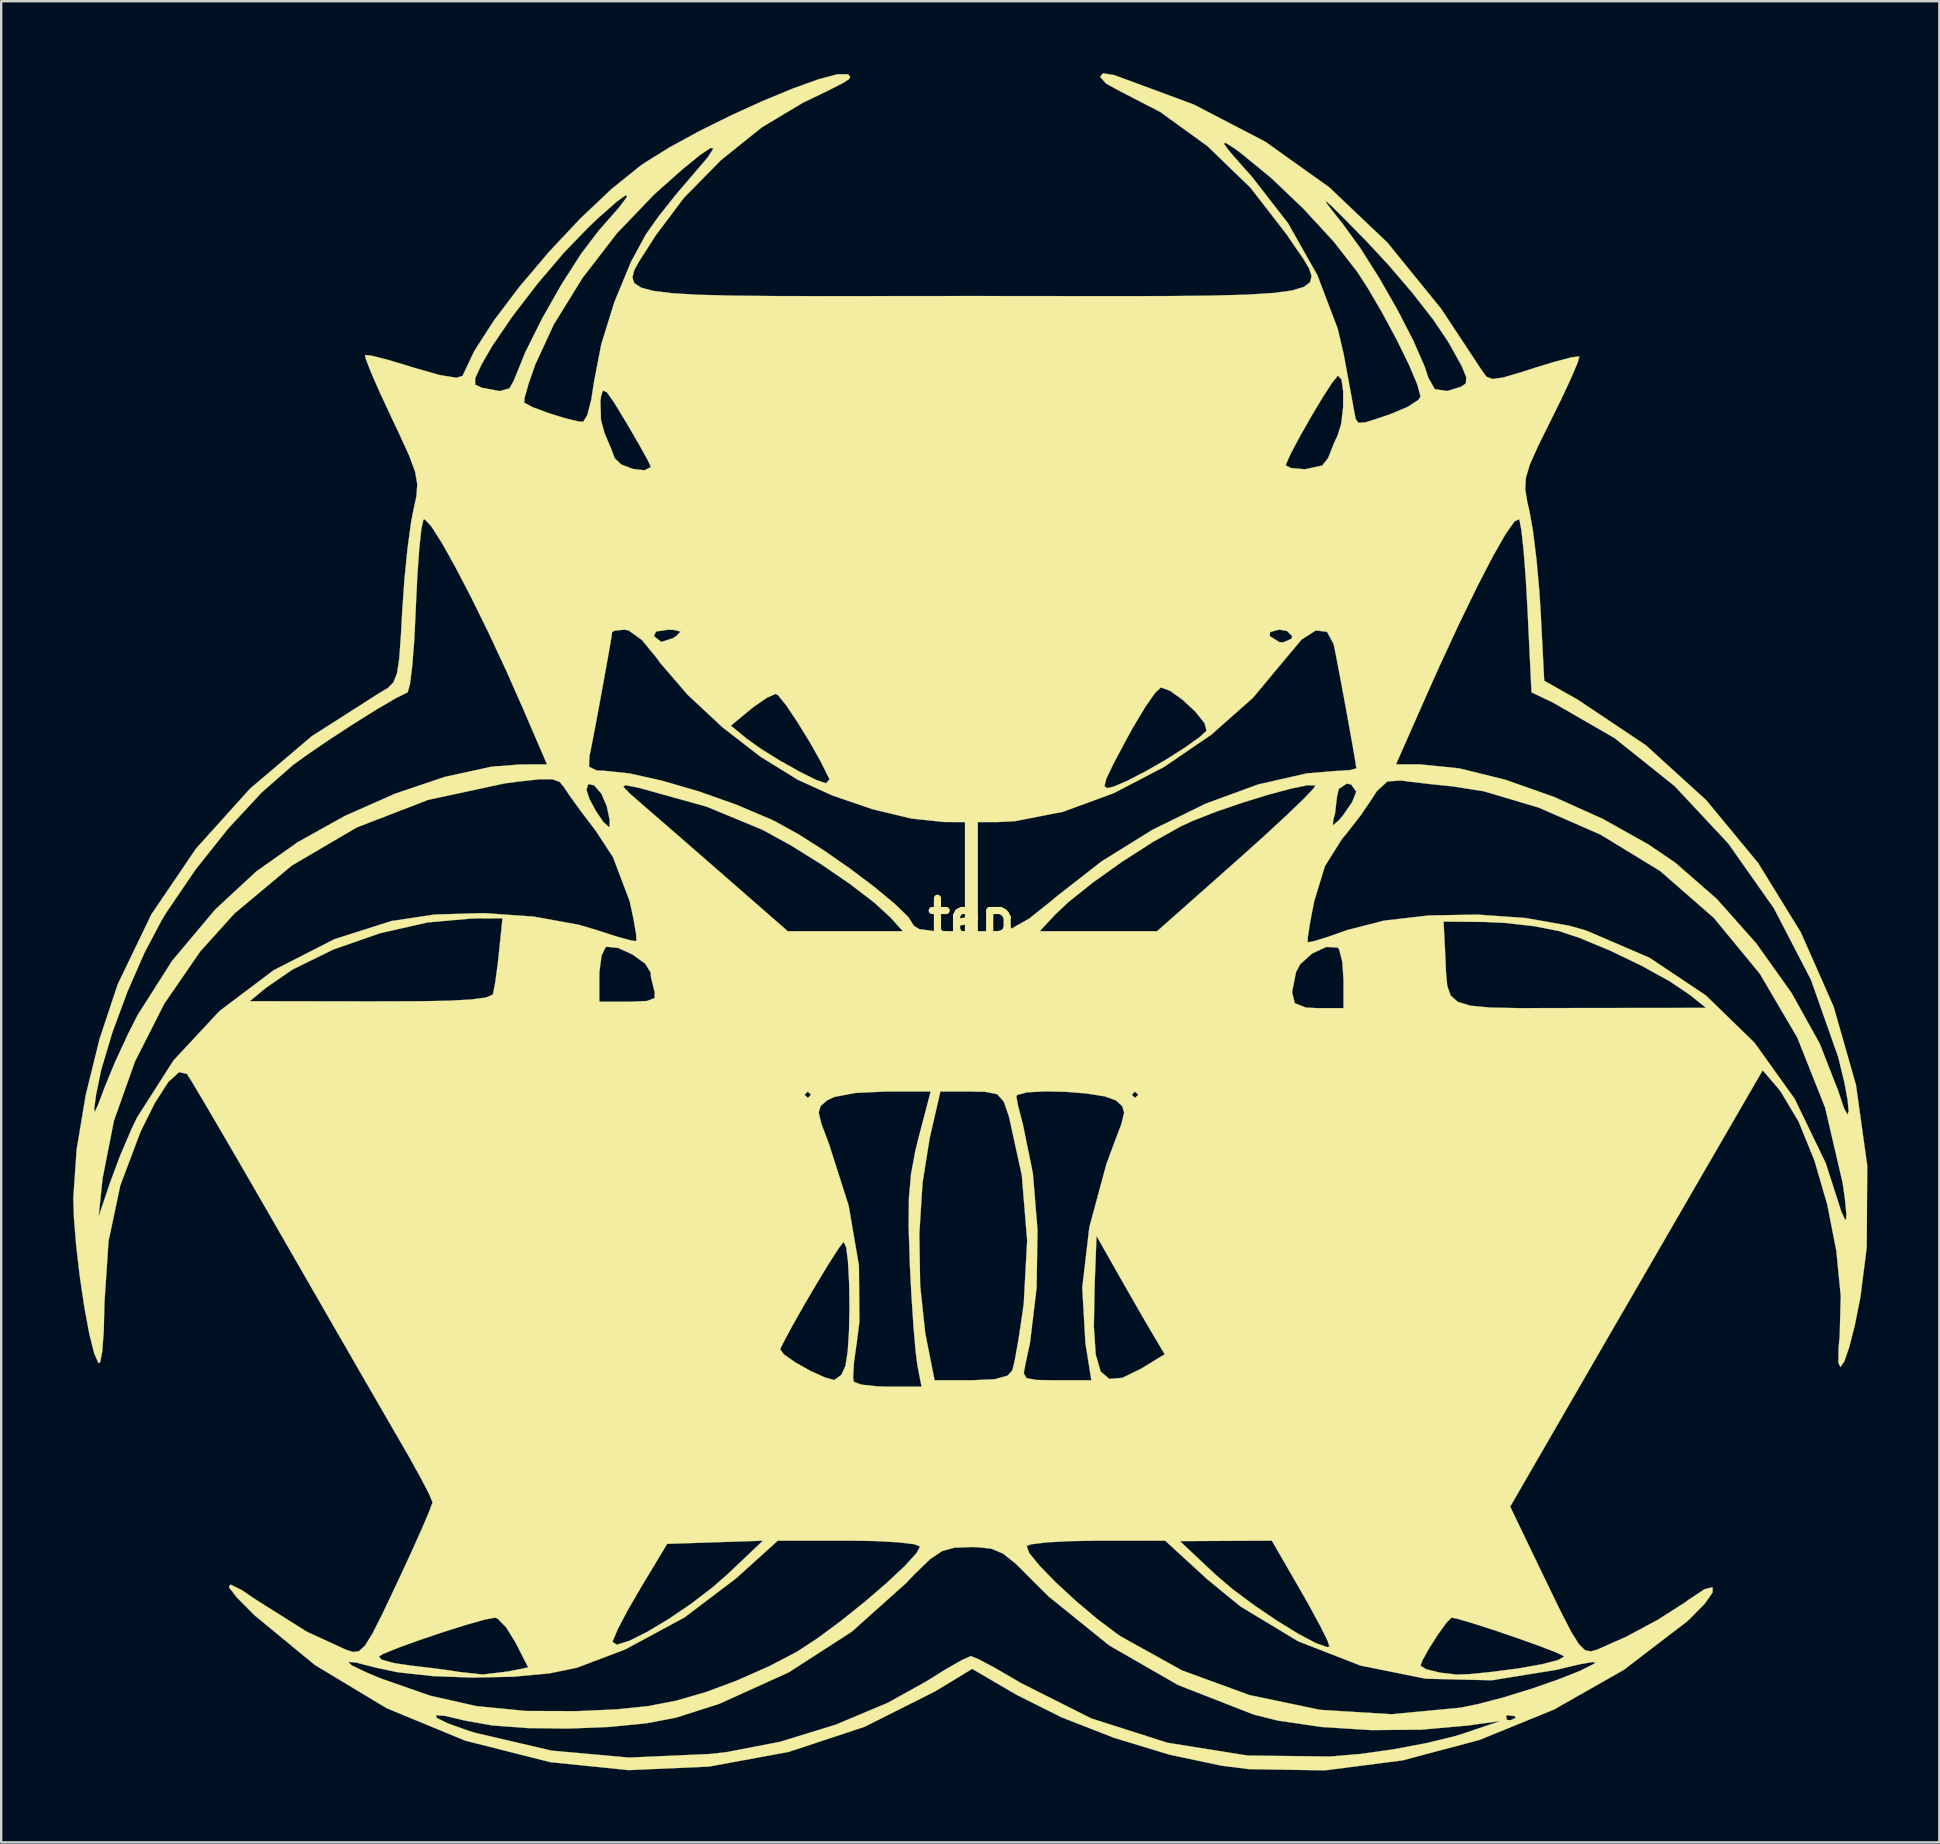
<source format=kicad_pcb>
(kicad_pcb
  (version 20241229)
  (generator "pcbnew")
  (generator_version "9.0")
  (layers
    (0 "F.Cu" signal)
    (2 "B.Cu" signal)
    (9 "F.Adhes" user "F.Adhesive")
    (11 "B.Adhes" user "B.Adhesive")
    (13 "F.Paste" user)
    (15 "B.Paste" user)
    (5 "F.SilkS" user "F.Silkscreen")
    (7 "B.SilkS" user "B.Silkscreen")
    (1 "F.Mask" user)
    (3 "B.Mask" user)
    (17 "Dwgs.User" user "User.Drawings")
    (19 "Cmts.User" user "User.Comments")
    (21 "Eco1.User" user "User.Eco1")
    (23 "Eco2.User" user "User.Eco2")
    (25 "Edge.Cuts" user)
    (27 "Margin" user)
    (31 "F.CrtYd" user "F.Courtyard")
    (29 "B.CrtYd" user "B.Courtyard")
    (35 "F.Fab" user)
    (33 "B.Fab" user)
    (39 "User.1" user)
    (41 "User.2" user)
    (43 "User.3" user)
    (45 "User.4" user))
  (footprint "tep"
    (layer "F.Cu")
    (at 37.433 35.221)
    (property "Reference" "tep" (at 0 0 0) (layer "F.SilkS") (effects (font (size 1.524 1.524) (thickness 0.3))))
    (attr through_hole)
    (fp_poly (pts (xy 5.949 -35.143) (xy 9.273 -33.913) (xy 12.243 -32.369) (xy 14.914 -30.464) (xy 17.34 -28.157) (xy 19.576 -25.402) (xy 21.285 -22.814) (xy 21.467 -22.57) (xy 21.716 -22.476) (xy 22.158 -22.538) (xy 22.922 -22.762) (xy 23.409 -22.92) (xy 24.315 -23.197) (xy 24.999 -23.376) (xy 25.327 -23.42) (xy 25.335 -23.415) (xy 25.263 -23.152) (xy 24.993 -22.516) (xy 24.57 -21.612) (xy 24.181 -20.824) (xy 23.624 -19.701) (xy 23.276 -18.924) (xy 23.106 -18.36) (xy 23.08 -17.877) (xy 23.168 -17.343) (xy 23.252 -16.986) (xy 23.404 -16.134) (xy 23.551 -14.938) (xy 23.672 -13.584) (xy 23.723 -12.771) (xy 23.871 -9.901) (xy 25.26 -9.117) (xy 28.108 -7.212) (xy 30.625 -4.922) (xy 32.786 -2.305) (xy 34.564 0.583) (xy 35.933 3.685) (xy 36.864 6.946) (xy 37.333 10.308) (xy 37.311 13.716) (xy 37.05 15.772) (xy 36.814 16.963) (xy 36.581 17.877) (xy 36.374 18.471) (xy 36.216 18.7) (xy 36.13 18.52) (xy 36.14 17.886) (xy 36.184 17.425) (xy 36.229 15.739) (xy 36.045 13.861) (xy 35.667 11.929) (xy 35.13 10.084) (xy 34.47 8.465) (xy 33.721 7.212) (xy 33.563 7.016) (xy 32.975 6.333) (xy 29.892 11.655) (xy 28.835 13.482) (xy 27.706 15.432) (xy 26.587 17.364) (xy 25.563 19.136) (xy 24.714 20.603) (xy 24.631 20.747) (xy 22.452 24.517) (xy 23.943 27.619) (xy 24.56 28.888) (xy 25.002 29.745) (xy 25.324 30.26) (xy 25.579 30.505) (xy 25.819 30.55) (xy 26.077 30.477) (xy 27.299 29.934) (xy 28.601 29.235) (xy 29.715 28.525) (xy 29.886 28.399) (xy 30.554 27.958) (xy 30.887 27.875) (xy 30.889 28.093) (xy 30.564 28.559) (xy 29.917 29.216) (xy 29.812 29.311) (xy 27.185 31.321) (xy 24.278 32.972) (xy 21.176 34.238) (xy 17.965 35.092) (xy 14.733 35.507) (xy 11.566 35.456) (xy 10.43 35.314) (xy 8.251 34.852) (xy 5.958 34.156) (xy 3.766 33.301) (xy 1.889 32.362) (xy 1.861 32.346) (xy 0.033 31.278) (xy -1.521 32.219) (xy -4.45 33.691) (xy -7.624 34.741) (xy -10.938 35.35) (xy -14.283 35.498) (xy -17.554 35.165) (xy -17.555 35.164) (xy -21.098 34.268) (xy -23.661 33.21) (xy -22.326 33.21) (xy -22.275 33.327) (xy -21.81 33.554) (xy -20.958 33.857) (xy -20.682 33.943) (xy -17.496 34.685) (xy -14.267 34.975) (xy -10.871 34.824) (xy -10.206 34.748) (xy -7.973 34.317) (xy -5.661 33.606) (xy -3.481 32.691) (xy -1.868 31.793) (xy -1.042 31.279) (xy -0.386 30.906) (xy -0.03 30.748) (xy -0.018 30.747) (xy 0.305 30.878) (xy 0.955 31.224) (xy 1.809 31.718) (xy 2.043 31.859) (xy 4.993 33.342) (xy 8.165 34.356) (xy 11.505 34.89) (xy 14.958 34.931) (xy 16.24 34.821) (xy 17.598 34.629) (xy 18.968 34.371) (xy 20.122 34.09) (xy 20.454 33.988) (xy 22.058 33.448) (xy 20.721 33.635) (xy 18.756 33.811) (xy 16.658 33.83) (xy 14.604 33.701) (xy 12.774 33.434) (xy 12.007 33.243) (xy 22.281 33.243) (xy 22.317 33.402) (xy 22.459 33.421) (xy 22.679 33.323) (xy 22.637 33.243) (xy 22.32 33.211) (xy 22.281 33.243) (xy 12.007 33.243) (xy 11.771 33.184) (xy 8.61 31.95) (xy 5.745 30.301) (xy 3.223 28.266) (xy 2.631 27.678) (xy 1.877 26.922) (xy 1.329 26.481) (xy 0.836 26.27) (xy 0.245 26.205) (xy -0.05 26.202) (xy -0.716 26.23) (xy -1.224 26.369) (xy -1.72 26.704) (xy -2.356 27.318) (xy -2.725 27.706) (xy -4.986 29.729) (xy -7.614 31.424) (xy -10.515 32.738) (xy -12.314 33.311) (xy -13.547 33.546) (xy -15.098 33.698) (xy -16.798 33.766) (xy -18.477 33.746) (xy -19.966 33.636) (xy -21.082 33.438) (xy -21.937 33.236) (xy -22.326 33.21) (xy -23.661 33.21) (xy -24.371 32.916) (xy -27.36 31.117) (xy -27.516 30.988) (xy -25.974 30.988) (xy -25.826 31.132) (xy -25.202 31.432) (xy -24.598 31.682) (xy -22.569 32.392) (xy -20.629 32.83) (xy -18.573 33.032) (xy -16.443 33.04) (xy -14.781 32.965) (xy -13.466 32.829) (xy -12.31 32.605) (xy -11.126 32.265) (xy -11.096 32.256) (xy -9.8 31.775) (xy -8.433 31.171) (xy -7.284 30.572) (xy -7.253 30.554) (xy -6.41 30.001) (xy -5.448 29.289) (xy -4.46 28.497) (xy -3.541 27.707) (xy -2.785 26.999) (xy -2.288 26.454) (xy -2.139 26.178) (xy -2.195 26.157) (xy 2.301 26.157) (xy 2.408 26.45) (xy 2.845 26.987) (xy 3.522 27.68) (xy 4.348 28.443) (xy 5.232 29.189) (xy 6.085 29.831) (xy 6.225 29.927) (xy 8.778 31.343) (xy 11.584 32.369) (xy 14.528 32.985) (xy 17.498 33.168) (xy 20.378 32.897) (xy 21.122 32.744) (xy 22.192 32.463) (xy 23.352 32.104) (xy 24.458 31.719) (xy 25.368 31.358) (xy 25.938 31.072) (xy 26.008 31.02) (xy 25.878 30.993) (xy 25.344 31.088) (xy 24.517 31.285) (xy 24.404 31.314) (xy 21.687 31.753) (xy 18.933 31.689) (xy 16.234 31.144) (xy 18.716 31.144) (xy 18.949 31.292) (xy 19.517 31.433) (xy 20.22 31.517) (xy 20.242 31.518) (xy 20.788 31.495) (xy 21.681 31.405) (xy 22.738 31.266) (xy 22.867 31.247) (xy 23.795 31.082) (xy 24.44 30.914) (xy 24.694 30.773) (xy 24.683 30.745) (xy 24.359 30.589) (xy 23.672 30.324) (xy 22.771 30.001) (xy 21.804 29.671) (xy 20.919 29.385) (xy 20.265 29.194) (xy 20.011 29.143) (xy 19.802 29.346) (xy 19.451 29.833) (xy 19.075 30.421) (xy 18.794 30.927) (xy 18.716 31.144) (xy 16.234 31.144) (xy 16.218 31.141) (xy 13.617 30.129) (xy 11.207 28.673) (xy 9.834 27.549) (xy 8.094 25.954) (xy 8.689 25.954) (xy 10.17 27.348) (xy 10.894 27.964) (xy 11.782 28.626) (xy 12.727 29.266) (xy 13.621 29.815) (xy 14.357 30.206) (xy 14.826 30.371) (xy 14.923 30.352) (xy 14.838 30.097) (xy 14.536 29.488) (xy 14.07 28.631) (xy 13.767 28.097) (xy 12.52 25.935) (xy 10.604 25.944) (xy 8.689 25.954) (xy 8.094 25.954) (xy 8.073 25.935) (xy 5.255 25.935) (xy 4.083 25.955) (xy 3.121 26.008) (xy 2.489 26.087) (xy 2.301 26.157) (xy -2.195 26.157) (xy -2.388 26.081) (xy -3.065 26.002) (xy -4.061 25.95) (xy -5.104 25.935) (xy -8.068 25.935) (xy -9.817 27.513) (xy -11.959 29.135) (xy -14.422 30.465) (xy -16.438 31.23) (xy -17.594 31.467) (xy -19.098 31.605) (xy -20.771 31.642) (xy -22.437 31.58) (xy -23.918 31.418) (xy -24.818 31.227) (xy -25.641 31.015) (xy -25.974 30.988) (xy -27.516 30.988) (xy -27.796 30.758) (xy -24.695 30.758) (xy -24.582 30.894) (xy -24.054 31.038) (xy -23.358 31.142) (xy -22.438 31.25) (xy -21.7 31.349) (xy -21.389 31.401) (xy -20.368 31.514) (xy -19.294 31.384) (xy -18.47 31.219) (xy -18.999 30.181) (xy -19.011 30.161) (xy -14.953 30.161) (xy -14.771 30.271) (xy -14.259 30.11) (xy -13.509 29.735) (xy -12.616 29.2) (xy -11.674 28.561) (xy -10.776 27.873) (xy -10.169 27.34) (xy -8.689 25.937) (xy -10.684 26.003) (xy -12.679 26.068) (xy -13.806 27.94) (xy -14.335 28.854) (xy -14.736 29.618) (xy -14.94 30.098) (xy -14.953 30.161) (xy -19.011 30.161) (xy -19.392 29.546) (xy -19.752 29.179) (xy -19.857 29.143) (xy -20.288 29.227) (xy -21.056 29.444) (xy -22.011 29.744) (xy -23.003 30.079) (xy -23.883 30.397) (xy -24.501 30.649) (xy -24.695 30.758) (xy -27.796 30.758) (xy -29.878 29.042) (xy -30.615 28.3) (xy -30.947 27.869) (xy -30.88 27.762) (xy -30.415 27.993) (xy -29.745 28.442) (xy -27.689 29.733) (xy -26.054 30.485) (xy -25.764 30.574) (xy -25.522 30.54) (xy -25.275 30.312) (xy -24.967 29.817) (xy -24.546 28.985) (xy -23.958 27.744) (xy -23.914 27.651) (xy -23.365 26.467) (xy -22.911 25.456) (xy -22.595 24.717) (xy -22.461 24.35) (xy -22.459 24.334) (xy -22.586 24.021) (xy -22.927 23.361) (xy -23.422 22.466) (xy -23.758 21.883) (xy -24.247 21.039) (xy -24.951 19.821) (xy -25.818 18.319) (xy -26.025 17.959) (xy -7.971 17.959) (xy -7.811 18.177) (xy -7.33 18.511) (xy -6.701 18.864) (xy -6.094 19.138) (xy -5.713 19.239) (xy -5.417 19.024) (xy -5.249 18.649) (xy -5.156 18.055) (xy -5.101 17.195) (xy -5.082 16.2) (xy -5.096 15.201) (xy -5.142 14.329) (xy -5.217 13.714) (xy -5.319 13.488) (xy -5.332 13.493) (xy -5.54 13.762) (xy -5.932 14.371) (xy -6.432 15.195) (xy -6.966 16.105) (xy -7.459 16.975) (xy -7.835 17.677) (xy -7.971 17.959) (xy -26.025 17.959) (xy -26.796 16.622) (xy -27.833 14.82) (xy -28.745 13.235) (xy -29.72 11.542) (xy -30.617 9.993) (xy -31.399 8.651) (xy -31.73 8.086) (xy -6.365 8.086) (xy -6.259 8.545) (xy -5.959 9.343) (xy -5.941 9.388) (xy -5.116 11.969) (xy -4.687 14.478) (xy -4.668 16.812) (xy -4.774 17.646) (xy -4.892 18.49) (xy -4.931 19.11) (xy -4.903 19.317) (xy -4.588 19.432) (xy -3.917 19.505) (xy -3.43 19.518) (xy -2.078 19.518) (xy -2.247 18.649) (xy -2.325 18.046) (xy -2.411 17.047) (xy -2.495 15.793) (xy -2.565 14.438) (xy -2.607 13.15) (xy -2.171 13.15) (xy -2.136 15.302) (xy -1.93 17.238) (xy -1.867 17.579) (xy -1.535 19.251) (xy 0.006 19.251) (xy 0.97 19.207) (xy 1.508 19.059) (xy 1.706 18.835) (xy 1.812 18.393) (xy 1.958 17.569) (xy 2.118 16.511) (xy 2.181 16.052) (xy 2.323 13.425) (xy 2.099 10.702) (xy 1.565 8.262) (xy 1.347 7.633) (xy 1.157 7.421) (xy 1.872 7.421) (xy 1.94 7.792) (xy 2.106 8.44) (xy 2.14 8.558) (xy 2.562 10.633) (xy 2.755 12.985) (xy 2.716 15.403) (xy 2.443 17.68) (xy 2.252 18.57) (xy 2.181 18.96) (xy 2.301 19.162) (xy 2.727 19.239) (xy 3.54 19.251) (xy 4.999 19.251) (xy 4.752 17.713) (xy 4.712 17.017) (xy 5.103 17.017) (xy 5.179 18.173) (xy 5.386 18.886) (xy 5.75 19.196) (xy 6.295 19.147) (xy 7.049 18.78) (xy 7.17 18.708) (xy 8.056 18.167) (xy 7.543 17.305) (xy 7.137 16.612) (xy 6.597 15.673) (xy 6.122 14.839) (xy 5.214 13.235) (xy 5.132 15.374) (xy 5.103 17.017) (xy 4.712 17.017) (xy 4.619 15.393) (xy 4.914 12.87) (xy 5.625 10.243) (xy 5.941 9.388) (xy 6.25 8.572) (xy 6.364 8.101) (xy 6.287 7.825) (xy 6.026 7.594) (xy 6.011 7.583) (xy 5.563 7.421) (xy 5.136 7.353) (xy 6.684 7.353) (xy 6.818 7.486) (xy 6.952 7.353) (xy 6.818 7.219) (xy 6.684 7.353) (xy 5.136 7.353) (xy 4.816 7.301) (xy 3.924 7.229) (xy 3.041 7.211) (xy 2.319 7.252) (xy 1.912 7.359) (xy 1.872 7.421) (xy 1.157 7.421) (xy 1.073 7.327) (xy 0.565 7.228) (xy -0.021 7.219) (xy -1.294 7.219) (xy -1.739 9.157) (xy -2.037 11.022) (xy -2.171 13.15) (xy -2.607 13.15) (xy -2.617 12.86) (xy -2.604 11.653) (xy -2.517 10.659) (xy -2.343 9.717) (xy -2.206 9.157) (xy -1.699 7.219) (xy -3.606 7.219) (xy -4.832 7.277) (xy -5.703 7.441) (xy -6.011 7.583) (xy -6.28 7.815) (xy -6.365 8.086) (xy -31.73 8.086) (xy -32.028 7.578) (xy -32.163 7.353) (xy -6.952 7.353) (xy -6.818 7.486) (xy -6.684 7.353) (xy -6.818 7.219) (xy -6.952 7.353) (xy -32.163 7.353) (xy -32.469 6.838) (xy -32.684 6.494) (xy -32.69 6.486) (xy -33.017 6.409) (xy -33.471 6.821) (xy -34.032 7.697) (xy -34.62 8.876) (xy -35.469 11.129) (xy -35.96 13.452) (xy -36.132 16.034) (xy -36.133 16.136) (xy -36.16 17.221) (xy -36.222 18.041) (xy -36.308 18.494) (xy -36.376 18.542) (xy -36.558 18.131) (xy -36.762 17.311) (xy -36.967 16.209) (xy -37.155 14.948) (xy -37.307 13.655) (xy -37.404 12.454) (xy -37.404 12.433) (xy -36.374 12.433) (xy -35.878 10.962) (xy -35.469 9.87) (xy -34.991 8.757) (xy -34.764 8.288) (xy -33.252 5.921) (xy -31.336 3.863) (xy -30.799 3.458) (xy -30.079 3.458) (xy -25.057 3.467) (xy -23.184 3.461) (xy -21.791 3.433) (xy -20.826 3.381) (xy -20.234 3.3) (xy -19.962 3.187) (xy -19.933 3.142) (xy -19.849 2.698) (xy -19.811 2.422) (xy -15.507 2.422) (xy -15.507 3.476) (xy -14.276 3.476) (xy -13.526 3.445) (xy -13.203 3.323) (xy -13.2 3.077) (xy 13.362 3.077) (xy 13.476 3.535) (xy 13.938 3.719) (xy 14.438 3.743) (xy 15.507 3.743) (xy 15.507 2.556) (xy 15.456 1.803) (xy 15.327 1.302) (xy 15.26 1.216) (xy 14.787 1.193) (xy 14.197 1.467) (xy 13.701 1.913) (xy 13.528 2.238) (xy 13.362 3.077) (xy -13.2 3.077) (xy -13.2 3.069) (xy -13.206 3.053) (xy -13.353 2.456) (xy -13.368 2.258) (xy -13.591 1.893) (xy -14.113 1.512) (xy -14.719 1.235) (xy -15.193 1.184) (xy -15.248 1.208) (xy -15.414 1.555) (xy -15.503 2.218) (xy -15.507 2.422) (xy -19.811 2.422) (xy -19.745 1.93) (xy -19.687 1.404) (xy -19.646 1.001) (xy 14.013 1.001) (xy 14.279 0.952) (xy 14.903 0.757) (xy 15.664 0.488) (xy 17.046 0.134) (xy 19.677 0.134) (xy 19.745 1.471) (xy 19.777 2.235) (xy 19.829 2.807) (xy 19.97 3.213) (xy 20.269 3.482) (xy 20.795 3.641) (xy 21.617 3.718) (xy 22.803 3.742) (xy 24.422 3.739) (xy 25.351 3.737) (xy 30.614 3.731) (xy 29.945 3.192) (xy 29.094 2.619) (xy 27.919 1.971) (xy 26.607 1.339) (xy 25.343 0.814) (xy 24.483 0.529) (xy 23.468 0.329) (xy 22.241 0.191) (xy 21.421 0.152) (xy 19.677 0.134) (xy 17.046 0.134) (xy 17.198 0.095) (xy 19.064 -0.12) (xy 21.087 -0.156) (xy 23.096 -0.013) (xy 24.917 0.308) (xy 25.621 0.508) (xy 28.263 1.645) (xy 30.611 3.215) (xy 32.636 5.185) (xy 34.309 7.523) (xy 35.601 10.197) (xy 36.257 12.232) (xy 36.403 12.542) (xy 36.447 12.566) (xy 36.464 12.327) (xy 36.404 11.707) (xy 36.309 11.029) (xy 35.577 7.886) (xy 34.416 4.964) (xy 32.86 2.314) (xy 30.943 -0.016) (xy 28.7 -1.975) (xy 26.215 -3.491) (xy 23.648 -4.613) (xy 21.359 -5.294) (xy 20.066 -5.498) (xy 19.095 -5.598) (xy 18.242 -5.698) (xy 17.895 -5.745) (xy 17.334 -5.704) (xy 16.895 -5.299) (xy 16.729 -5.04) (xy 16.236 -4.308) (xy 15.606 -3.5) (xy 15.443 -3.31) (xy 14.733 -2.176) (xy 14.289 -0.73) (xy 14.12 0.138) (xy 14.022 0.764) (xy 14.013 1.001) (xy -19.646 1.001) (xy -19.543 0) (xy -20.8 0.005) (xy -22.663 0.171) (xy -24.648 0.621) (xy -26.583 1.295) (xy -28.298 2.136) (xy -29.411 2.903) (xy -30.079 3.458) (xy -30.799 3.458) (xy -29.079 2.162) (xy -26.545 0.868) (xy -24.17 0.112) (xy -22.361 -0.159) (xy -20.317 -0.218) (xy -18.251 -0.074) (xy -16.377 0.264) (xy -15.644 0.48) (xy -14.804 0.752) (xy -14.195 0.92) (xy -13.96 0.948) (xy -13.972 0.666) (xy -14.085 0.015) (xy -14.243 -0.717) (xy -14.936 -2.549) (xy -15.66 -3.655) (xy -16.256 -4.44) (xy -16.743 -5.112) (xy -16.908 -5.36) (xy -16.042 -5.36) (xy -15.925 -4.986) (xy -15.652 -4.477) (xy -15.342 -4.02) (xy -15.112 -3.807) (xy -15.079 -3.815) (xy -15.077 -4.106) (xy -15.197 -4.675) (xy -15.428 -5.207) (xy -15.672 -5.485) (xy -14.508 -5.485) (xy -14.242 -5.206) (xy -13.728 -4.756) (xy -13.119 -4.229) (xy -12.23 -3.456) (xy -11.184 -2.546) (xy -10.182 -1.671) (xy -7.655 0.535) (xy -2.858 0.535) (xy -3.368 -0.032) (xy -4.05 -0.659) (xy -5.067 -1.436) (xy -6.277 -2.265) (xy -7.539 -3.05) (xy -8.703 -3.689) (xy -11.037 -4.655) (xy -13.814 -5.428) (xy -13.991 -5.468) (xy -14.415 -5.549) (xy -14.508 -5.485) (xy -15.672 -5.485) (xy -15.725 -5.545) (xy -15.967 -5.594) (xy -16.042 -5.36) (xy -16.908 -5.36) (xy -16.979 -5.467) (xy -17.161 -5.687) (xy -17.46 -5.794) (xy -17.995 -5.796) (xy -18.885 -5.699) (xy -19.444 -5.625) (xy -22.647 -4.935) (xy -25.621 -3.786) (xy -28.324 -2.199) (xy -30.717 -0.198) (xy -32.143 1.385) (xy -33.636 3.556) (xy -34.856 5.961) (xy -35.737 8.442) (xy -36.209 10.842) (xy -36.213 10.88) (xy -36.374 12.433) (xy -37.404 12.433) (xy -37.428 11.662) (xy -37.291 9.647) (xy -37.005 7.928) (xy -36.556 7.928) (xy -36.542 8.085) (xy -36.406 7.795) (xy -36.118 7.032) (xy -36.114 7.022) (xy -35.69 5.993) (xy -35.142 4.81) (xy -34.75 4.035) (xy -33.311 1.771) (xy -31.517 -0.364) (xy -29.805 -1.952) (xy -28.086 -3.167) (xy -26.114 -4.266) (xy -24.024 -5.193) (xy -21.95 -5.894) (xy -20.026 -6.314) (xy -19.955 -6.32) (xy -15.936 -6.32) (xy -15.627 -6.164) (xy -15.288 -6.149) (xy -14.251 -6.039) (xy -12.889 -5.736) (xy -11.354 -5.288) (xy -9.801 -4.739) (xy -8.382 -4.136) (xy -8.155 -4.027) (xy -7.215 -3.508) (xy -6.157 -2.836) (xy -5.075 -2.084) (xy -4.063 -1.323) (xy -3.218 -0.624) (xy -2.634 -0.06) (xy -2.407 0.298) (xy -2.406 0.307) (xy -2.169 0.45) (xy -1.576 0.529) (xy -1.337 0.535) (xy -0.267 0.535) (xy -0.267 -4.011) (xy 0.267 -4.011) (xy 0.267 0.535) (xy 1.087 0.535) (xy 2.848 0.535) (xy 7.74 0.535) (xy 11.099 -2.441) (xy 12.201 -3.43) (xy 12.68 -3.873) (xy 15.062 -3.873) (xy 15.304 -4.076) (xy 15.477 -4.278) (xy 15.866 -4.842) (xy 16.036 -5.274) (xy 16.036 -5.281) (xy 15.827 -5.576) (xy 15.641 -5.615) (xy 15.312 -5.393) (xy 15.24 -5.102) (xy 15.155 -4.385) (xy 15.081 -4.099) (xy 15.062 -3.873) (xy 12.68 -3.873) (xy 13.136 -4.294) (xy 13.843 -4.974) (xy 14.256 -5.408) (xy 14.337 -5.538) (xy 14.01 -5.547) (xy 13.309 -5.404) (xy 12.358 -5.148) (xy 11.282 -4.816) (xy 10.208 -4.447) (xy 9.26 -4.078) (xy 8.74 -3.841) (xy 7.576 -3.191) (xy 6.3 -2.373) (xy 5.07 -1.499) (xy 4.041 -0.678) (xy 3.496 -0.163) (xy 2.848 0.535) (xy 1.087 0.535) (xy 1.689 0.415) (xy 2.402 0.015) (xy 3.334 -0.727) (xy 3.497 -0.869) (xy 5.417 -2.369) (xy 7.541 -3.688) (xy 9.752 -4.774) (xy 11.936 -5.576) (xy 13.98 -6.042) (xy 15.173 -6.14) (xy 15.765 -6.175) (xy 16.04 -6.246) (xy 16.042 -6.254) (xy 16.018 -6.417) (xy 17.693 -6.417) (xy 18.697 -6.417) (xy 20.336 -6.249) (xy 22.242 -5.779) (xy 24.28 -5.06) (xy 26.316 -4.142) (xy 28.215 -3.079) (xy 29.328 -2.322) (xy 31.061 -0.811) (xy 32.71 1.046) (xy 34.175 3.104) (xy 35.353 5.222) (xy 36.123 7.191) (xy 36.364 7.916) (xy 36.509 8.178) (xy 36.559 8.041) (xy 36.515 7.568) (xy 36.376 6.822) (xy 36.144 5.866) (xy 36.112 5.748) (xy 34.991 2.568) (xy 33.45 -0.409) (xy 31.54 -3.122) (xy 29.308 -5.51) (xy 26.804 -7.512) (xy 24.244 -8.988) (xy 23.341 -9.419) (xy 23.175 -12.877) (xy 23.1 -14.199) (xy 23.011 -15.337) (xy 22.92 -16.177) (xy 22.836 -16.611) (xy 22.826 -16.632) (xy 22.634 -16.544) (xy 22.26 -16.013) (xy 21.732 -15.087) (xy 21.074 -13.817) (xy 20.313 -12.251) (xy 19.474 -10.438) (xy 18.962 -9.291) (xy 17.693 -6.417) (xy 16.018 -6.417) (xy 15.997 -6.558) (xy 15.878 -7.246) (xy 15.711 -8.175) (xy 15.523 -9.203) (xy 15.339 -10.188) (xy 15.186 -10.987) (xy 15.096 -11.43) (xy 14.817 -11.942) (xy 14.349 -11.997) (xy 13.752 -11.612) (xy 13.121 -10.857) (xy 11.734 -9.192) (xy 9.998 -7.654) (xy 8.024 -6.307) (xy 5.926 -5.214) (xy 3.814 -4.44) (xy 1.801 -4.047) (xy 1.056 -4.011) (xy 0.267 -4.011) (xy -0.267 -4.011) (xy -1.136 -4.014) (xy -2.5 -4.159) (xy -4.114 -4.545) (xy -5.782 -5.116) (xy -6.654 -5.512) (xy 5.542 -5.512) (xy 5.654 -5.427) (xy 5.923 -5.486) (xy 6.477 -5.722) (xy 7.294 -6.145) (xy 8.082 -6.597) (xy 8.892 -7.111) (xy 9.513 -7.554) (xy 9.798 -7.817) (xy 9.717 -8.131) (xy 9.338 -8.607) (xy 8.806 -9.105) (xy 8.268 -9.489) (xy 7.897 -9.622) (xy 7.657 -9.399) (xy 7.244 -8.807) (xy 6.73 -7.95) (xy 6.458 -7.456) (xy 5.922 -6.447) (xy 5.624 -5.825) (xy 5.542 -5.512) (xy -6.654 -5.512) (xy -7.237 -5.776) (xy -8.796 -6.74) (xy -10.383 -7.969) (xy -10.448 -8.03) (xy -10.026 -8.03) (xy -9.358 -7.482) (xy -8.772 -7.063) (xy -7.988 -6.577) (xy -7.166 -6.115) (xy -6.468 -5.768) (xy -6.06 -5.627) (xy -5.914 -5.784) (xy -5.927 -5.82) (xy -6.271 -6.518) (xy -6.737 -7.344) (xy -7.243 -8.168) (xy -7.705 -8.857) (xy -8.043 -9.282) (xy -8.15 -9.357) (xy -8.516 -9.198) (xy -9.081 -8.808) (xy -9.224 -8.693) (xy -10.026 -8.03) (xy -10.448 -8.03) (xy -11.83 -9.32) (xy -12.973 -10.649) (xy -13.121 -10.857) (xy -13.736 -11.604) (xy -13.959 -11.764) (xy -13.235 -11.764) (xy -12.927 -11.518) (xy -12.452 -11.67) (xy -12.299 -11.764) (xy 12.433 -11.764) (xy 12.819 -11.518) (xy 12.983 -11.497) (xy 13.329 -11.646) (xy 13.368 -11.764) (xy 13.144 -11.979) (xy 12.818 -12.032) (xy 12.448 -11.929) (xy 12.433 -11.764) (xy -12.299 -11.764) (xy -12.121 -11.949) (xy -12.404 -12.021) (xy -12.649 -12.027) (xy -13.145 -11.952) (xy -13.235 -11.764) (xy -13.959 -11.764) (xy -14.281 -11.995) (xy -14.451 -12.032) (xy -14.879 -11.987) (xy -14.973 -11.927) (xy -15.018 -11.623) (xy -15.137 -10.935) (xy -15.304 -10.006) (xy -15.492 -8.978) (xy -15.676 -7.993) (xy -15.829 -7.194) (xy -15.919 -6.751) (xy -15.936 -6.32) (xy -19.955 -6.32) (xy -18.803 -6.413) (xy -17.687 -6.417) (xy -18.694 -8.756) (xy -19.41 -10.374) (xy -20.142 -11.94) (xy -20.854 -13.388) (xy -21.51 -14.648) (xy -22.073 -15.653) (xy -22.508 -16.335) (xy -22.779 -16.626) (xy -22.838 -16.613) (xy -22.922 -16.236) (xy -23.008 -15.438) (xy -23.088 -14.332) (xy -23.151 -13.031) (xy -23.156 -12.893) (xy -23.218 -11.606) (xy -23.302 -10.53) (xy -23.397 -9.767) (xy -23.492 -9.422) (xy -23.505 -9.413) (xy -23.983 -9.177) (xy -24.771 -8.716) (xy -25.74 -8.112) (xy -26.761 -7.446) (xy -27.705 -6.801) (xy -28.278 -6.386) (xy -29.578 -5.245) (xy -30.968 -3.749) (xy -32.331 -2.037) (xy -33.55 -0.245) (xy -33.743 0.072) (xy -34.467 1.444) (xy -35.175 3.063) (xy -35.797 4.746) (xy -36.264 6.307) (xy -36.48 7.353) (xy -36.556 7.928) (xy -37.005 7.928) (xy -36.912 7.369) (xy -36.331 5.017) (xy -35.589 2.783) (xy -35.566 2.725) (xy -34.173 -0.169) (xy -32.317 -2.902) (xy -30.066 -5.402) (xy -27.485 -7.594) (xy -24.672 -9.39) (xy -24.322 -9.597) (xy -24.087 -9.834) (xy -23.938 -10.211) (xy -23.844 -10.833) (xy -23.774 -11.809) (xy -23.725 -12.732) (xy -23.631 -14.093) (xy -23.501 -15.409) (xy -23.353 -16.495) (xy -23.261 -16.978) (xy -23.129 -17.594) (xy -23.094 -18.095) (xy -23.184 -18.614) (xy -23.432 -19.284) (xy -23.867 -20.238) (xy -24.158 -20.848) (xy -24.457 -21.49) (xy -18.638 -21.49) (xy -18.283 -21.302) (xy -17.639 -21.061) (xy -16.924 -20.839) (xy -16.356 -20.705) (xy -16.176 -20.696) (xy -16.006 -20.977) (xy -15.861 -21.547) (xy -15.462 -21.547) (xy -15.438 -20.77) (xy -15.286 -20.21) (xy -15.001 -19.542) (xy -14.872 -19.184) (xy -14.599 -18.917) (xy -14.112 -18.729) (xy -13.631 -18.672) (xy -13.374 -18.796) (xy -13.368 -18.835) (xy -13.386 -18.873) (xy 13.101 -18.873) (xy 13.334 -18.763) (xy 13.896 -18.716) (xy 13.912 -18.716) (xy 14.621 -18.87) (xy 14.867 -19.184) (xy 15.124 -19.838) (xy 15.26 -20.116) (xy 15.412 -20.614) (xy 15.49 -21.285) (xy 15.494 -21.956) (xy 15.423 -22.457) (xy 15.278 -22.614) (xy 15.262 -22.606) (xy 15.032 -22.321) (xy 14.638 -21.711) (xy 14.166 -20.922) (xy 13.698 -20.1) (xy 13.32 -19.391) (xy 13.116 -18.94) (xy 13.101 -18.873) (xy -13.386 -18.873) (xy -13.495 -19.106) (xy -13.83 -19.711) (xy -14.304 -20.526) (xy -14.371 -20.64) (xy -14.884 -21.487) (xy -15.191 -21.922) (xy -15.354 -21.996) (xy -15.435 -21.76) (xy -15.462 -21.547) (xy -15.861 -21.547) (xy -15.838 -21.636) (xy -15.731 -22.347) (xy -15.424 -23.93) (xy -14.879 -25.685) (xy -14.184 -27.364) (xy -13.564 -28.508) (xy -13.035 -29.253) (xy -12.305 -30.175) (xy -11.603 -30.992) (xy -10.992 -31.708) (xy -10.754 -32.076) (xy -10.866 -32.108) (xy -11.305 -31.816) (xy -12.047 -31.211) (xy -13.071 -30.304) (xy -13.216 -30.172) (xy -14.773 -28.55) (xy -16.207 -26.689) (xy -17.399 -24.759) (xy -18.176 -23.081) (xy -18.457 -22.273) (xy -18.622 -21.693) (xy -18.638 -21.49) (xy -24.457 -21.49) (xy -24.647 -21.898) (xy -24.915 -22.508) (xy -20.681 -22.508) (xy -20.68 -22.241) (xy -20.408 -22.114) (xy -20.384 -22.108) (xy -19.646 -21.973) (xy -19.25 -22.089) (xy -19.078 -22.392) (xy -18.594 -23.586) (xy -17.898 -24.983) (xy -17.087 -26.413) (xy -16.259 -27.704) (xy -15.513 -28.684) (xy -15.442 -28.762) (xy -14.712 -29.591) (xy -14.363 -30.055) (xy -14.384 -30.151) (xy -14.765 -29.88) (xy -15.494 -29.239) (xy -15.936 -28.826) (xy -16.972 -27.753) (xy -18.071 -26.463) (xy -19.111 -25.112) (xy -19.97 -23.854) (xy -20.417 -23.08) (xy -20.681 -22.508) (xy -24.915 -22.508) (xy -25.023 -22.755) (xy -25.24 -23.315) (xy -25.273 -23.477) (xy -24.992 -23.447) (xy -24.335 -23.281) (xy -23.433 -23.011) (xy -23.239 -22.949) (xy -22.152 -22.639) (xy -21.456 -22.528) (xy -21.207 -22.607) (xy -20.718 -23.642) (xy -19.898 -24.915) (xy -18.832 -26.325) (xy -17.605 -27.773) (xy -16.301 -29.161) (xy -15.005 -30.388) (xy -13.803 -31.357) (xy -13.598 -31.499) (xy -12.569 -32.136) (xy -11.347 -32.803) (xy -10.024 -33.459) (xy -8.694 -34.064) (xy -7.45 -34.579) (xy -6.383 -34.963) (xy -5.586 -35.176) (xy -5.152 -35.179) (xy -5.125 -35.159) (xy -5.054 -35.07) (xy -5.103 -34.971) (xy -5.358 -34.809) (xy -5.906 -34.529) (xy -6.835 -34.079) (xy -7.036 -33.982) (xy -8.731 -32.966) (xy -10.433 -31.601) (xy -11.971 -30.04) (xy -13.175 -28.438) (xy -13.233 -28.344) (xy -13.566 -27.82) (xy -13.852 -27.377) (xy -14.052 -27.009) (xy -14.13 -26.709) (xy -14.047 -26.47) (xy -13.766 -26.285) (xy -13.249 -26.147) (xy -12.46 -26.05) (xy -11.36 -25.986) (xy -9.912 -25.95) (xy -8.078 -25.933) (xy -5.821 -25.93) (xy -3.103 -25.932) (xy 0 -25.935) (xy 3.215 -25.932) (xy 5.932 -25.929) (xy 8.188 -25.933) (xy 10.02 -25.952) (xy 11.465 -25.991) (xy 12.56 -26.059) (xy 13.342 -26.163) (xy 13.847 -26.31) (xy 14.113 -26.507) (xy 14.176 -26.761) (xy 14.074 -27.08) (xy 13.843 -27.471) (xy 13.52 -27.94) (xy 13.142 -28.496) (xy 13.139 -28.5) (xy 11.636 -30.442) (xy 9.836 -32.182) (xy 9.697 -32.282) (xy 10.521 -32.282) (xy 10.775 -31.94) (xy 11.373 -31.258) (xy 11.665 -30.936) (xy 13.195 -28.967) (xy 14.421 -26.795) (xy 15.264 -24.576) (xy 15.511 -23.527) (xy 15.695 -22.528) (xy 15.854 -21.665) (xy 15.941 -21.189) (xy 16.011 -20.814) (xy 16.13 -20.647) (xy 16.433 -20.672) (xy 17.055 -20.873) (xy 17.465 -21.014) (xy 18.187 -21.317) (xy 18.639 -21.616) (xy 18.716 -21.749) (xy 18.585 -22.242) (xy 18.238 -23.064) (xy 17.736 -24.09) (xy 17.144 -25.195) (xy 16.526 -26.253) (xy 16.089 -26.931) (xy 15.107 -28.193) (xy 13.846 -29.564) (xy 13.483 -29.91) (xy 14.754 -29.91) (xy 14.816 -29.783) (xy 15.162 -29.332) (xy 15.462 -28.958) (xy 16.196 -27.949) (xy 16.986 -26.702) (xy 17.753 -25.363) (xy 18.414 -24.08) (xy 18.888 -22.998) (xy 19.043 -22.525) (xy 19.313 -22.053) (xy 19.827 -21.977) (xy 20.388 -22.147) (xy 20.602 -22.289) (xy 20.625 -22.546) (xy 20.429 -23.024) (xy 19.983 -23.827) (xy 19.853 -24.051) (xy 19.252 -24.944) (xy 18.386 -26.055) (xy 17.378 -27.234) (xy 16.489 -28.191) (xy 15.569 -29.13) (xy 14.998 -29.697) (xy 14.754 -29.91) (xy 13.483 -29.91) (xy 12.477 -30.869) (xy 11.176 -31.933) (xy 10.962 -32.086) (xy 10.59 -32.32) (xy 10.521 -32.282) (xy 9.697 -32.282) (xy 7.871 -33.605) (xy 6.174 -34.48) (xy 5.604 -34.794) (xy 5.363 -35.072) (xy 5.484 -35.216) (xy 5.949 -35.143)) (stroke (width 0.01) (type solid)) (fill yes) (layer "F.SilkS")))
  (gr_rect
    (start -3 -3)
    (end 77.771 73.732)
    (stroke (width 0.1) (type default))
    (fill no)
    (layer "Edge.Cuts")))
</source>
